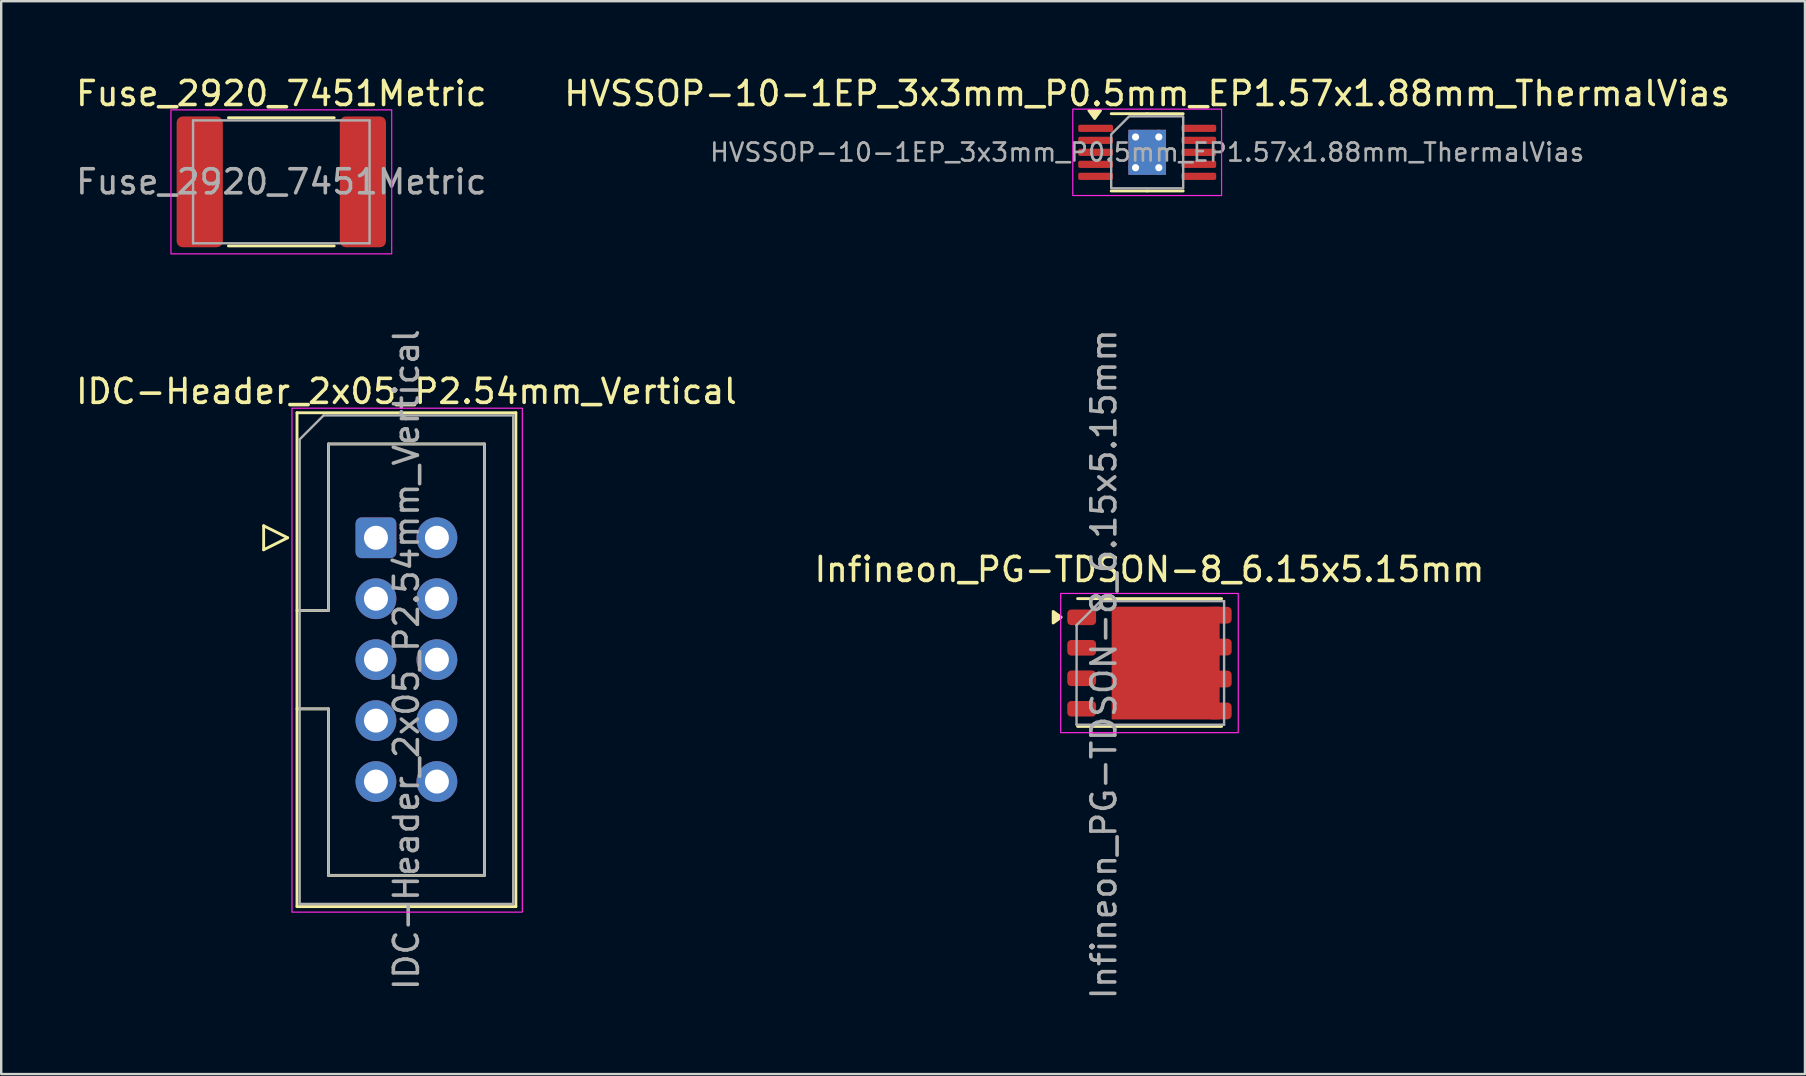
<source format=kicad_pcb>
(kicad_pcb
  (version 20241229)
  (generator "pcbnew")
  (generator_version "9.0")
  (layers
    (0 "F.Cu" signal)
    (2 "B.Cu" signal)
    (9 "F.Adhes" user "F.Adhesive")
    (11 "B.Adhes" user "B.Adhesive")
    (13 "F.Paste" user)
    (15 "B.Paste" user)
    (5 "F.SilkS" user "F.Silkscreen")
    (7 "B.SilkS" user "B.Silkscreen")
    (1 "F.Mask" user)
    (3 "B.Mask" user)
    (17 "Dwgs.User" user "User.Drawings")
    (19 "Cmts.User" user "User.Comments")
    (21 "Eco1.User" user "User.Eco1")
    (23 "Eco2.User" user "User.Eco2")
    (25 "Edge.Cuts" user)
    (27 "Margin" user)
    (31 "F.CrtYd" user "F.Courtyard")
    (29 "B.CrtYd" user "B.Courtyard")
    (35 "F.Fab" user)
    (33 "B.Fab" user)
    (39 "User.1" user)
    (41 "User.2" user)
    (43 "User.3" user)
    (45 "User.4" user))
  (footprint "IDC-Header_2x05_P2.54mm_Vertical"
    (layer "F.Cu")
    (at 12.617 19.36)
    (property "Reference" "IDC-Header_2x05_P2.54mm_Vertical" (at 1.27 -6.1 0) (layer "F.SilkS") (effects (font (size 1 1) (thickness 0.15))))
    (attr through_hole)
    (fp_line (start -4.68 -0.5) (end -4.68 0.5) (stroke (width 0.12) (type solid)) (layer "F.SilkS"))
    (fp_line (start -4.68 0.5) (end -3.68 0) (stroke (width 0.12) (type solid)) (layer "F.SilkS"))
    (fp_line (start -3.68 0) (end -4.68 -0.5) (stroke (width 0.12) (type solid)) (layer "F.SilkS"))
    (fp_line (start -3.29 -5.21) (end 5.83 -5.21) (stroke (width 0.12) (type solid)) (layer "F.SilkS"))
    (fp_line (start -3.29 3.03) (end -1.98 3.03) (stroke (width 0.12) (type solid)) (layer "F.SilkS"))
    (fp_line (start -3.29 15.37) (end -3.29 -5.21) (stroke (width 0.12) (type solid)) (layer "F.SilkS"))
    (fp_line (start -1.98 -3.91) (end 4.52 -3.91) (stroke (width 0.12) (type solid)) (layer "F.SilkS"))
    (fp_line (start -1.98 3.03) (end -1.98 -3.91) (stroke (width 0.12) (type solid)) (layer "F.SilkS"))
    (fp_line (start -1.98 7.13) (end -3.29 7.13) (stroke (width 0.12) (type solid)) (layer "F.SilkS"))
    (fp_line (start -1.98 14.07) (end -1.98 7.13) (stroke (width 0.12) (type solid)) (layer "F.SilkS"))
    (fp_line (start 4.52 -3.91) (end 4.52 14.07) (stroke (width 0.12) (type solid)) (layer "F.SilkS"))
    (fp_line (start 4.52 14.07) (end -1.98 14.07) (stroke (width 0.12) (type solid)) (layer "F.SilkS"))
    (fp_line (start 5.83 -5.21) (end 5.83 15.37) (stroke (width 0.12) (type solid)) (layer "F.SilkS"))
    (fp_line (start 5.83 15.37) (end -3.29 15.37) (stroke (width 0.12) (type solid)) (layer "F.SilkS"))
    (fp_rect (start -3.5 -5.4) (end 6.1 15.6) (stroke (width 0.05) (type default)) (fill no) (layer "F.CrtYd"))
    (fp_line (start -3.18 -4.1) (end -2.18 -5.1) (stroke (width 0.1) (type solid)) (layer "F.Fab"))
    (fp_line (start -3.18 3.03) (end -1.98 3.03) (stroke (width 0.1) (type solid)) (layer "F.Fab"))
    (fp_line (start -3.18 15.26) (end -3.18 -4.1) (stroke (width 0.1) (type solid)) (layer "F.Fab"))
    (fp_line (start -2.18 -5.1) (end 5.72 -5.1) (stroke (width 0.1) (type solid)) (layer "F.Fab"))
    (fp_line (start -1.98 -3.91) (end 4.52 -3.91) (stroke (width 0.1) (type solid)) (layer "F.Fab"))
    (fp_line (start -1.98 3.03) (end -1.98 -3.91) (stroke (width 0.1) (type solid)) (layer "F.Fab"))
    (fp_line (start -1.98 7.13) (end -3.18 7.13) (stroke (width 0.1) (type solid)) (layer "F.Fab"))
    (fp_line (start -1.98 14.07) (end -1.98 7.13) (stroke (width 0.1) (type solid)) (layer "F.Fab"))
    (fp_line (start 4.52 -3.91) (end 4.52 14.07) (stroke (width 0.1) (type solid)) (layer "F.Fab"))
    (fp_line (start 4.52 14.07) (end -1.98 14.07) (stroke (width 0.1) (type solid)) (layer "F.Fab"))
    (fp_line (start 5.72 -5.1) (end 5.72 15.26) (stroke (width 0.1) (type solid)) (layer "F.Fab"))
    (fp_line (start 5.72 15.26) (end -3.18 15.26) (stroke (width 0.1) (type solid)) (layer "F.Fab"))
    (fp_text user "${REFERENCE}" (at 1.27 5.08 90) (layer "F.Fab") (effects (font (size 1 1) (thickness 0.15))))
    (pad "1" thru_hole roundrect (at 0 0) (size 1.7 1.7) (drill 1) (layers "*.Cu" "*.Mask") (roundrect_rratio 0.147))
    (pad "2" thru_hole circle (at 2.54 0) (size 1.7 1.7) (drill 1) (layers "*.Cu" "*.Mask"))
    (pad "3" thru_hole circle (at 0 2.54) (size 1.7 1.7) (drill 1) (layers "*.Cu" "*.Mask"))
    (pad "4" thru_hole circle (at 2.54 2.54) (size 1.7 1.7) (drill 1) (layers "*.Cu" "*.Mask"))
    (pad "5" thru_hole circle (at 0 5.08) (size 1.7 1.7) (drill 1) (layers "*.Cu" "*.Mask"))
    (pad "6" thru_hole circle (at 2.54 5.08) (size 1.7 1.7) (drill 1) (layers "*.Cu" "*.Mask"))
    (pad "7" thru_hole circle (at 0 7.62) (size 1.7 1.7) (drill 1) (layers "*.Cu" "*.Mask"))
    (pad "8" thru_hole circle (at 2.54 7.62) (size 1.7 1.7) (drill 1) (layers "*.Cu" "*.Mask"))
    (pad "9" thru_hole circle (at 0 10.16) (size 1.7 1.7) (drill 1) (layers "*.Cu" "*.Mask"))
    (pad "10" thru_hole circle (at 2.54 10.16) (size 1.7 1.7) (drill 1) (layers "*.Cu" "*.Mask")))
  (footprint "HVSSOP-10-1EP_3x3mm_P0.5mm_EP1.57x1.88mm_ThermalVias"
    (layer "F.Cu")
    (at 44.756 3.298)
    (property "Reference" "HVSSOP-10-1EP_3x3mm_P0.5mm_EP1.57x1.88mm_ThermalVias" (at 0 -2.45 0) (layer "F.SilkS") (effects (font (size 1 1) (thickness 0.15))))
    (attr smd)
    (fp_line (start 0 -1.61) (end -1.5 -1.61) (stroke (width 0.12) (type solid)) (layer "F.SilkS"))
    (fp_line (start 0 -1.61) (end 1.5 -1.61) (stroke (width 0.12) (type solid)) (layer "F.SilkS"))
    (fp_line (start 0 1.61) (end -1.5 1.61) (stroke (width 0.12) (type solid)) (layer "F.SilkS"))
    (fp_line (start 0 1.61) (end 1.5 1.61) (stroke (width 0.12) (type solid)) (layer "F.SilkS"))
    (fp_poly (pts (xy -2.188 -1.41) (xy -2.428 -1.74) (xy -1.948 -1.74)) (stroke (width 0.12) (type solid)) (fill yes) (layer "F.SilkS"))
    (fp_rect (start -3.1 -1.8) (end 3.1 1.8) (stroke (width 0.05) (type default)) (fill no) (layer "F.CrtYd"))
    (fp_poly (pts (xy -1.5 -0.75) (xy -1.5 1.5) (xy 1.5 1.5) (xy 1.5 -1.5) (xy -0.75 -1.5)) (stroke (width 0.1) (type solid)) (fill no) (layer "F.Fab"))
    (fp_text user "${REFERENCE}" (at 0 0 0) (layer "F.Fab") (effects (font (size 0.75 0.75) (thickness 0.11))))
    (pad "" smd roundrect (at -0.39 -0.47) (size 0.63 0.76) (layers "F.Paste") (roundrect_rratio 0.25))
    (pad "" smd roundrect (at -0.39 0.47) (size 0.63 0.76) (layers "F.Paste") (roundrect_rratio 0.25))
    (pad "" smd roundrect (at 0.39 -0.47) (size 0.63 0.76) (layers "F.Paste") (roundrect_rratio 0.25))
    (pad "" smd roundrect (at 0.39 0.47) (size 0.63 0.76) (layers "F.Paste") (roundrect_rratio 0.25))
    (pad "1" smd roundrect (at -2.15 -1) (size 1.45 0.3) (layers "F.Cu" "F.Mask" "F.Paste") (roundrect_rratio 0.25))
    (pad "2" smd roundrect (at -2.15 -0.5) (size 1.45 0.3) (layers "F.Cu" "F.Mask" "F.Paste") (roundrect_rratio 0.25))
    (pad "3" smd roundrect (at -2.15 0) (size 1.45 0.3) (layers "F.Cu" "F.Mask" "F.Paste") (roundrect_rratio 0.25))
    (pad "4" smd roundrect (at -2.15 0.5) (size 1.45 0.3) (layers "F.Cu" "F.Mask" "F.Paste") (roundrect_rratio 0.25))
    (pad "5" smd roundrect (at -2.15 1) (size 1.45 0.3) (layers "F.Cu" "F.Mask" "F.Paste") (roundrect_rratio 0.25))
    (pad "6" smd roundrect (at 2.15 1) (size 1.45 0.3) (layers "F.Cu" "F.Mask" "F.Paste") (roundrect_rratio 0.25))
    (pad "7" smd roundrect (at 2.15 0.5) (size 1.45 0.3) (layers "F.Cu" "F.Mask" "F.Paste") (roundrect_rratio 0.25))
    (pad "8" smd roundrect (at 2.15 0) (size 1.45 0.3) (layers "F.Cu" "F.Mask" "F.Paste") (roundrect_rratio 0.25))
    (pad "9" smd roundrect (at 2.15 -0.5) (size 1.45 0.3) (layers "F.Cu" "F.Mask" "F.Paste") (roundrect_rratio 0.25))
    (pad "10" smd roundrect (at 2.15 -1) (size 1.45 0.3) (layers "F.Cu" "F.Mask" "F.Paste") (roundrect_rratio 0.25))
    (pad "11" thru_hole circle (at -0.485 -0.64) (size 0.6 0.6) (drill 0.3) (property pad_prop_heatsink) (layers "*.Cu"))
    (pad "11" thru_hole circle (at -0.485 0.64) (size 0.6 0.6) (drill 0.3) (property pad_prop_heatsink) (layers "*.Cu"))
    (pad "11" smd rect (at 0 0) (size 1.57 1.88) (property pad_prop_heatsink) (layers "F.Cu" "F.Mask"))
    (pad "11" smd rect (at 0 0) (size 1.57 1.88) (property pad_prop_heatsink) (layers "B.Cu"))
    (pad "11" thru_hole circle (at 0.485 -0.64) (size 0.6 0.6) (drill 0.3) (property pad_prop_heatsink) (layers "*.Cu"))
    (pad "11" thru_hole circle (at 0.485 0.64) (size 0.6 0.6) (drill 0.3) (property pad_prop_heatsink) (layers "*.Cu")))
  (footprint "Infineon_PG-TDSON-8_6.15x5.15mm"
    (layer "F.Cu")
    (at 44.851 24.581)
    (property "Reference" "Infineon_PG-TDSON-8_6.15x5.15mm" (at 0 -3.9 0) (layer "F.SilkS") (effects (font (size 1 1) (thickness 0.15))))
    (attr smd)
    (fp_line (start 3.005 -2.685) (end -2.995 -2.685) (stroke (width 0.12) (type solid)) (layer "F.SilkS"))
    (fp_line (start 3.005 2.64) (end -2.995 2.64) (stroke (width 0.12) (type solid)) (layer "F.SilkS"))
    (fp_poly (pts (xy -3.682 -1.91) (xy -4.012 -1.67) (xy -4.012 -2.15) (xy -3.682 -1.91)) (stroke (width 0.12) (type solid)) (fill yes) (layer "F.SilkS"))
    (fp_rect (start -3.7 -2.9) (end 3.7 2.9) (stroke (width 0.05) (type default)) (fill no) (layer "F.CrtYd"))
    (fp_line (start -3.035 -1.57) (end -3.04 2.56) (stroke (width 0.1) (type solid)) (layer "F.Fab"))
    (fp_line (start -2.045 -2.575) (end -3.045 -1.575) (stroke (width 0.1) (type solid)) (layer "F.Fab"))
    (fp_line (start -2.04 -2.58) (end 3.11 -2.58) (stroke (width 0.1) (type solid)) (layer "F.Fab"))
    (fp_line (start 3.11 -2.58) (end 3.11 2.57) (stroke (width 0.1) (type solid)) (layer "F.Fab"))
    (fp_line (start 3.11 2.57) (end -3.04 2.57) (stroke (width 0.1) (type solid)) (layer "F.Fab"))
    (fp_text user "${REFERENCE}" (at -1.9 0.05 90) (layer "F.Fab") (effects (font (size 1 1) (thickness 0.15))))
    (pad "" smd rect (at -0.8 -1.725) (size 0.9 0.9) (layers "F.Paste"))
    (pad "" smd rect (at -0.8 -0.575) (size 0.9 0.9) (layers "F.Paste"))
    (pad "" smd rect (at -0.8 0.575) (size 0.9 0.9) (layers "F.Paste"))
    (pad "" smd rect (at -0.8 1.725) (size 0.9 0.9) (layers "F.Paste"))
    (pad "" smd rect (at 0.425 -1.725) (size 0.9 0.9) (layers "F.Paste"))
    (pad "" smd rect (at 0.425 -0.575) (size 0.9 0.9) (layers "F.Paste"))
    (pad "" smd rect (at 0.425 0.575) (size 0.9 0.9) (layers "F.Paste"))
    (pad "" smd rect (at 0.425 1.725) (size 0.9 0.9) (layers "F.Paste"))
    (pad "" smd rect (at 1.625 -1.725) (size 0.9 0.9) (layers "F.Paste"))
    (pad "" smd rect (at 1.625 -0.575) (size 0.9 0.9) (layers "F.Paste"))
    (pad "" smd rect (at 1.625 0.575) (size 0.9 0.9) (layers "F.Paste"))
    (pad "" smd rect (at 1.625 1.725) (size 0.9 0.9) (layers "F.Paste"))
    (pad "1" smd roundrect (at -2.825 -1.905) (size 1.2 0.65) (layers "F.Cu" "F.Mask" "F.Paste") (roundrect_rratio 0.25))
    (pad "2" smd roundrect (at -2.825 -0.635) (size 1.2 0.65) (layers "F.Cu" "F.Mask" "F.Paste") (roundrect_rratio 0.25))
    (pad "3" smd roundrect (at -2.825 0.635) (size 1.2 0.65) (layers "F.Cu" "F.Mask" "F.Paste") (roundrect_rratio 0.25))
    (pad "4" smd roundrect (at -2.825 1.905) (size 1.2 0.65) (layers "F.Cu" "F.Mask" "F.Paste") (roundrect_rratio 0.25))
    (pad "5" smd rect (at 0.675 0) (size 4.5 4.7) (layers "F.Cu" "F.Mask"))
    (pad "5" smd roundrect (at 2.925 -1.995) (size 1 0.7) (layers "F.Cu" "F.Mask" "F.Paste") (roundrect_rratio 0.25))
    (pad "5" smd roundrect (at 2.925 -0.665) (size 1 0.7) (layers "F.Cu" "F.Mask" "F.Paste") (roundrect_rratio 0.25))
    (pad "5" smd roundrect (at 2.925 0.665) (size 1 0.7) (layers "F.Cu" "F.Mask" "F.Paste") (roundrect_rratio 0.25))
    (pad "5" smd roundrect (at 2.925 1.995) (size 1 0.7) (layers "F.Cu" "F.Mask" "F.Paste") (roundrect_rratio 0.25)))
  (footprint "Fuse_2920_7451Metric"
    (layer "F.Cu")
    (at 8.673 4.528)
    (property "Reference" "Fuse_2920_7451Metric" (at 0 -3.68 0) (layer "F.SilkS") (effects (font (size 1 1) (thickness 0.15))))
    (attr smd)
    (fp_line (start -2.204 -2.67) (end 2.204 -2.67) (stroke (width 0.12) (type solid)) (layer "F.SilkS"))
    (fp_line (start -2.204 2.67) (end 2.204 2.67) (stroke (width 0.12) (type solid)) (layer "F.SilkS"))
    (fp_rect (start -4.6 -3) (end 4.6 3) (stroke (width 0.05) (type default)) (fill no) (layer "F.CrtYd"))
    (fp_line (start -3.678 -2.56) (end 3.678 -2.56) (stroke (width 0.1) (type solid)) (layer "F.Fab"))
    (fp_line (start -3.678 2.56) (end -3.678 -2.56) (stroke (width 0.1) (type solid)) (layer "F.Fab"))
    (fp_line (start 3.678 -2.56) (end 3.678 2.56) (stroke (width 0.1) (type solid)) (layer "F.Fab"))
    (fp_line (start 3.678 2.56) (end -3.678 2.56) (stroke (width 0.1) (type solid)) (layer "F.Fab"))
    (fp_text user "${REFERENCE}" (at 0 0 0) (layer "F.Fab") (effects (font (size 1 1) (thickness 0.15))))
    (pad "1" smd roundrect (at -3.4 0) (size 1.925 5.45) (layers "F.Cu" "F.Mask" "F.Paste") (roundrect_rratio 0.13))
    (pad "2" smd roundrect (at 3.4 0) (size 1.925 5.45) (layers "F.Cu" "F.Mask" "F.Paste") (roundrect_rratio 0.13)))
  (gr_rect
    (start -3 -3)
    (end 72.167 41.708)
    (stroke (width 0.1) (type default))
    (fill no)
    (layer "Edge.Cuts")))
</source>
